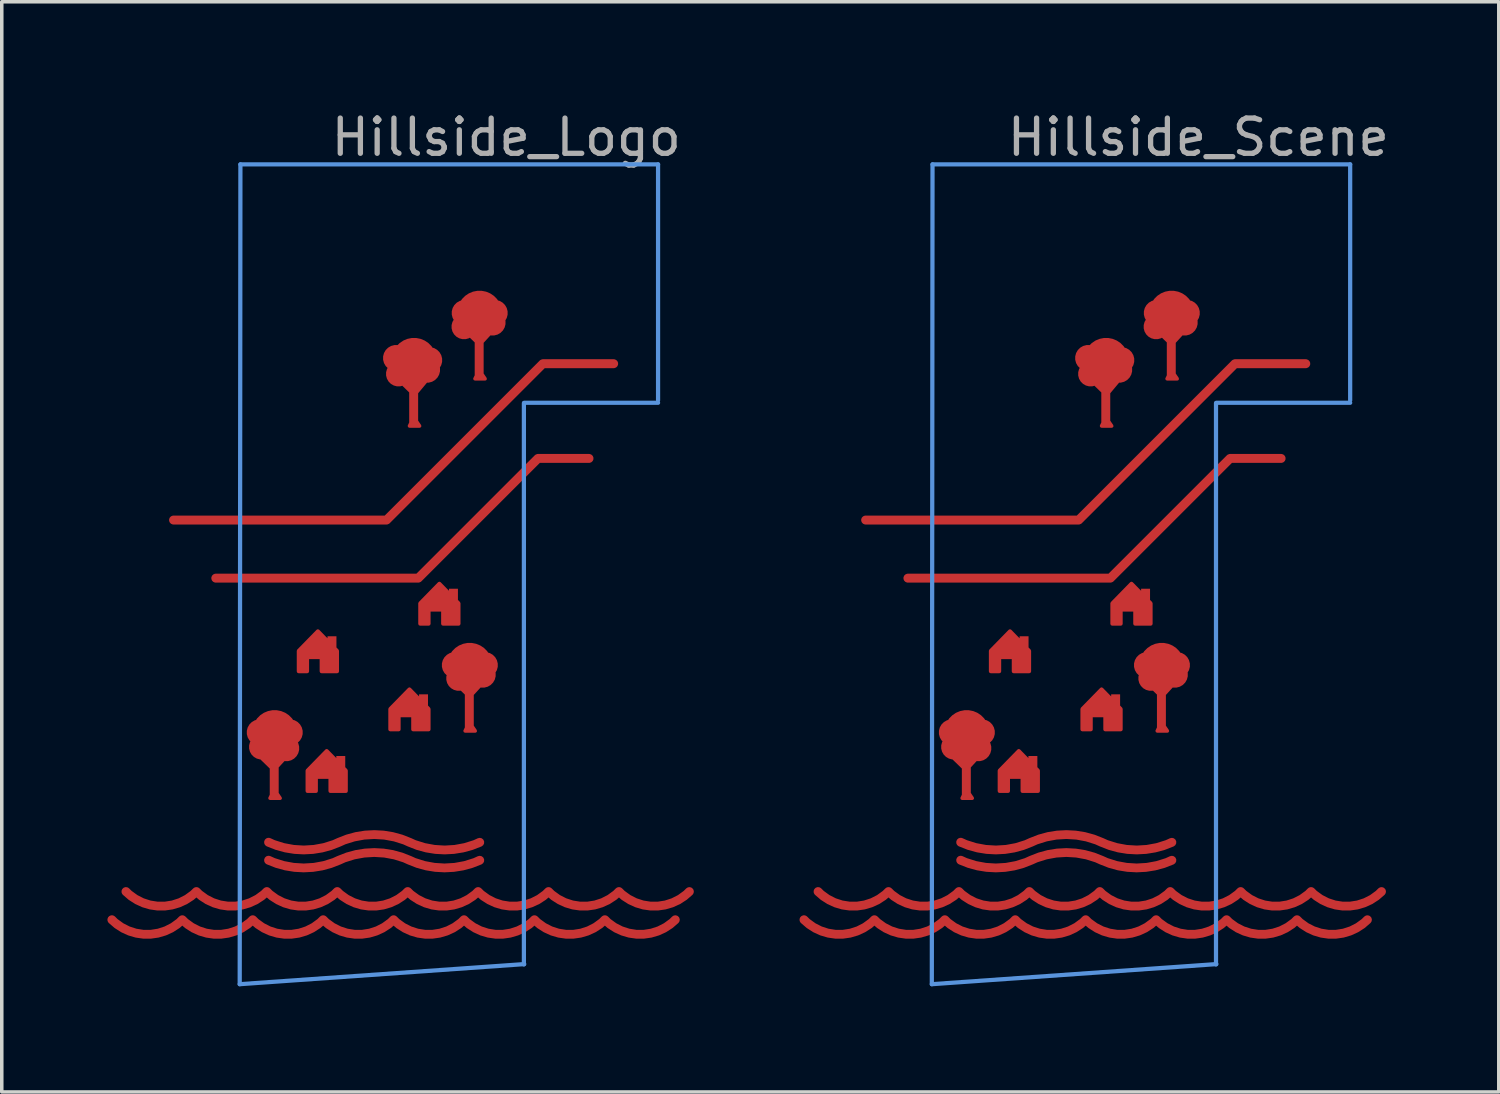
<source format=kicad_pcb>
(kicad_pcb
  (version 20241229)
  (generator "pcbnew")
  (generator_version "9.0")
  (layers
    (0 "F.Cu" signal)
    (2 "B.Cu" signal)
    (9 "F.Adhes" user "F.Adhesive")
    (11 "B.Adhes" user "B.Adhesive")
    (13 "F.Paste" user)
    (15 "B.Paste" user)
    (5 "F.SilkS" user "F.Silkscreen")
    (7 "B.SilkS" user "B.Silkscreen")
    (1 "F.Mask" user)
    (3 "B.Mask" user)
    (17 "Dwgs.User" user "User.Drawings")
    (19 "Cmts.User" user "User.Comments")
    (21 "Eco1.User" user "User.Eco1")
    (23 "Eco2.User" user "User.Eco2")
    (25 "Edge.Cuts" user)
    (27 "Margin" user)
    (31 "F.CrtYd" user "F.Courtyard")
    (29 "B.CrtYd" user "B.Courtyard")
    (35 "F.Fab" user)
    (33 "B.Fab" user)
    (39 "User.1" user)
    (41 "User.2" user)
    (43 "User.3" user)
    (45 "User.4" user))
  (footprint "Hillside_Scene"
    (layer "F.Cu")
    (at 27.731 14.968)
    (property "Reference" "Hillside_Scene" (at 3.25 -14.12 0) (layer "F.Fab") (effects (font (size 1 1) (thickness 0.15))))
    (attr through_hole)
    (fp_line (start -4.32 9.93) (end 3.76 9.36) (stroke (width 0.12) (type solid)) (layer "Cmts.User"))
    (fp_line (start -4.3 -13.35) (end -4.32 9.93) (stroke (width 0.12) (type solid)) (layer "Cmts.User"))
    (fp_line (start 3.75 9.37) (end 3.75 -6.57) (stroke (width 0.12) (type solid)) (layer "Cmts.User"))
    (fp_line (start 3.76 -6.58) (end 7.56 -6.58) (stroke (width 0.12) (type solid)) (layer "Cmts.User"))
    (fp_line (start 7.56 -13.35) (end -4.3 -13.35) (stroke (width 0.12) (type solid)) (layer "Cmts.User"))
    (fp_line (start 7.56 -6.65) (end 7.56 -13.35) (stroke (width 0.12) (type solid)) (layer "Cmts.User"))
    (pad "" smd custom (at -7.95 8.1) (size 0.254 0.254) (layers "F.Cu" "F.Mask" "F.Paste") (options (anchor circle)) (primitives (gr_arc (start 2 0) (mid 1.000001 0.414213) (end 0.000002 0) (width 0.254)) (gr_arc (start 9.999992 0) (mid 8.999993 0.414213) (end 7.999994 0) (width 0.254)) (gr_arc (start 5.999996 0) (mid 4.999997 0.414213) (end 3.999998 0) (width 0.254)) (gr_arc (start 3.999998 0) (mid 2.999999 0.414213) (end 2 0) (width 0.254)) (gr_arc (start 7.999994 0) (mid 6.999995 0.414213) (end 5.999996 0) (width 0.254)) (gr_arc (start 11.99999 0) (mid 10.999991 0.414213) (end 9.999992 0) (width 0.254)) (gr_arc (start 13.999988 0) (mid 12.999989 0.414213) (end 11.99999 0) (width 0.254)) (gr_arc (start 15.999986 0) (mid 14.999987 0.414213) (end 13.999988 0) (width 0.254))))
    (pad "" smd custom (at -7.55 7.3) (size 0.254 0.254) (layers "F.Cu" "F.Mask" "F.Paste") (options (anchor circle)) (primitives (gr_arc (start 2 0) (mid 1.000001 0.414213) (end 0.000002 0) (width 0.254)) (gr_arc (start 13.999988 0) (mid 12.999989 0.414213) (end 11.99999 0) (width 0.254)) (gr_arc (start 9.999992 0) (mid 8.999993 0.414213) (end 7.999994 0) (width 0.254)) (gr_arc (start 5.999996 0) (mid 4.999997 0.414213) (end 3.999998 0) (width 0.254)) (gr_arc (start 3.999998 0) (mid 2.999999 0.414213) (end 2 0) (width 0.254)) (gr_arc (start 7.999994 0) (mid 6.999995 0.414213) (end 5.999996 0) (width 0.254)) (gr_arc (start 11.99999 0) (mid 10.999991 0.414213) (end 9.999992 0) (width 0.254)) (gr_arc (start 15.999986 0) (mid 14.999987 0.414213) (end 13.999988 0) (width 0.254))))
    (pad "" smd custom (at -3.5 5.9) (size 0.254 0.254) (layers "F.Cu" "F.Mask" "F.Paste") (options (anchor circle)) (primitives (gr_arc (start 1.996623 0.001532) (mid 0.998146 0.216609) (end 0 0) (width 0.254)) (gr_arc (start 5.996623 0.001532) (mid 4.998146 0.216609) (end 4 0) (width 0.254)) (gr_arc (start 2.003377 -0.001532) (mid 3.001854 -0.216609) (end 4 0) (width 0.254))))
    (pad "" smd custom (at -3.5 6.41) (size 0.254 0.254) (layers "F.Cu" "F.Mask" "F.Paste") (options (anchor circle)) (primitives (gr_arc (start 1.996623 0.001532) (mid 0.998146 0.216609) (end 0 0) (width 0.254)) (gr_arc (start 5.996623 0.001532) (mid 4.998146 0.216609) (end 4 0) (width 0.254)) (gr_arc (start 2.003377 -0.001532) (mid 3.001854 -0.216609) (end 4 0) (width 0.254))))
    (pad "" smd custom (at -3.34 3.91) (size 0.254 1.5) (layers "F.Cu" "F.Mask" "F.Paste") (options (anchor rect)) (primitives (gr_circle (center -0.41 -1.13) (end -0.189 -1.13) (width 0.3) (fill no)) (gr_circle (center 0.44 -1.13) (end 0.661 -1.13) (width 0.3) (fill no)) (gr_circle (center 0.34 -0.681) (end 0.561 -0.681) (width 0.3) (fill no)) (gr_poly (pts (xy 0.17 0.74) (xy -0.12 0.74) (xy 0 0.49)) (width 0.1) (fill yes)) (gr_poly (pts (xy 0.33 -0.43) (xy -0.01 -0.06) (xy -0.39 -0.43)) (width 0.1) (fill yes)) (gr_circle (center -0.36 -0.716) (end -0.154 -0.716) (width 0.3) (fill no)) (gr_circle (center 0.01 -1.122) (end 0.301 -1.122) (width 0.7) (fill no))))
    (pad "" smd custom (at -2.75 -3.25) (size 1.524 0.254) (layers "F.Cu" "F.Mask" "F.Paste") (options (anchor rect)) (primitives (gr_line (start 7.04 -4.44) (end 9.05 -4.44) (width 0.254)) (gr_line (start 2.6 0) (end 7.04 -4.44) (width 0.254)) (gr_line (start -3.45 0) (end -0.5 0) (width 0.254)) (gr_line (start 0.3 0) (end 2.6 0) (width 0.254))))
    (pad "" smd custom (at -2.2 -1.6) (size 1.524 0.254) (layers "F.Cu" "F.Mask" "F.Paste") (options (anchor rect)) (primitives (gr_line (start -2.8 0) (end -0.5 0) (width 0.254)) (gr_line (start 2.95 0) (end 6.35 -3.4) (width 0.254)) (gr_line (start 0.65 0) (end 2.95 0) (width 0.254)) (gr_line (start 6.35 -3.4) (end 7.8 -3.4) (width 0.254))))
    (pad "" smd custom (at -1.7 0.3) (size 0.254 0.5) (layers "F.Cu" "F.Mask" "F.Paste") (options (anchor rect)) (primitives (gr_poly (pts (xy 0.15 0.163) (xy 0.15 0.75) (xy -0.3 0.75) (xy -0.3 0.35) (xy -0.7 0.35) (xy -0.7 0.75) (xy -0.95 0.75) (xy -0.95 0.163) (xy -0.4 -0.4)) (width 0.1) (fill yes))))
    (pad "" smd custom (at -1.45 3.7) (size 0.254 0.5) (layers "F.Cu" "F.Mask" "F.Paste") (options (anchor rect)) (primitives (gr_poly (pts (xy 0.15 0.163) (xy 0.15 0.75) (xy -0.3 0.75) (xy -0.3 0.35) (xy -0.7 0.35) (xy -0.7 0.75) (xy -0.95 0.75) (xy -0.95 0.163) (xy -0.4 -0.4)) (width 0.1) (fill yes))))
    (pad "" smd custom (at 0.62 -6.66) (size 0.254 1.5) (layers "F.Cu" "F.Mask" "F.Paste") (options (anchor rect)) (primitives (gr_circle (center -0.499 -1.19) (end -0.277 -1.19) (width 0.3) (fill no)) (gr_circle (center 0.44 -1.13) (end 0.661 -1.13) (width 0.3) (fill no)) (gr_circle (center 0.38 -0.86) (end 0.601 -0.86) (width 0.3) (fill no)) (gr_poly (pts (xy 0.17 0.74) (xy -0.12 0.74) (xy 0 0.49)) (width 0.1) (fill yes)) (gr_poly (pts (xy 0.35 -0.535) (xy 0.02 -0.14) (xy -0.36 -0.51)) (width 0.1) (fill yes)) (gr_circle (center -0.43 -0.74) (end -0.224 -0.74) (width 0.3) (fill no)) (gr_circle (center 0.01 -1.122) (end 0.301 -1.122) (width 0.7) (fill no))))
    (pad "" smd custom (at 0.9 1.95) (size 0.254 0.5) (layers "F.Cu" "F.Mask" "F.Paste") (options (anchor rect)) (primitives (gr_poly (pts (xy 0.15 0.163) (xy 0.15 0.75) (xy -0.3 0.75) (xy -0.3 0.35) (xy -0.7 0.35) (xy -0.7 0.75) (xy -0.95 0.75) (xy -0.95 0.163) (xy -0.4 -0.4)) (width 0.1) (fill yes))))
    (pad "" smd custom (at 1.75 -1.05) (size 0.254 0.5) (layers "F.Cu" "F.Mask" "F.Paste") (options (anchor rect)) (primitives (gr_poly (pts (xy 0.15 0.163) (xy 0.15 0.75) (xy -0.3 0.75) (xy -0.3 0.35) (xy -0.7 0.35) (xy -0.7 0.75) (xy -0.95 0.75) (xy -0.95 0.163) (xy -0.4 -0.4)) (width 0.1) (fill yes))))
    (pad "" smd custom (at 2.2 2) (size 0.254 1.5) (layers "F.Cu" "F.Mask" "F.Paste") (options (anchor rect)) (primitives (gr_circle (center -0.41 -1.13) (end -0.189 -1.13) (width 0.3) (fill no)) (gr_circle (center 0.44 -1.13) (end 0.661 -1.13) (width 0.3) (fill no)) (gr_circle (center 0.38 -0.86) (end 0.601 -0.86) (width 0.3) (fill no)) (gr_poly (pts (xy 0.17 0.74) (xy -0.12 0.74) (xy 0 0.49)) (width 0.1) (fill yes)) (gr_poly (pts (xy 0.35 -0.6) (xy 0.01 -0.23) (xy -0.37 -0.6)) (width 0.1) (fill yes)) (gr_circle (center -0.3 -0.756) (end -0.094 -0.756) (width 0.3) (fill no)) (gr_circle (center 0.01 -1.122) (end 0.301 -1.122) (width 0.7) (fill no))))
    (pad "" smd custom (at 2.48 -8) (size 0.254 1.5) (layers "F.Cu" "F.Mask" "F.Paste") (options (anchor rect)) (primitives (gr_circle (center -0.41 -1.13) (end -0.189 -1.13) (width 0.3) (fill no)) (gr_circle (center 0.44 -1.13) (end 0.661 -1.13) (width 0.3) (fill no)) (gr_circle (center 0.38 -0.86) (end 0.601 -0.86) (width 0.3) (fill no)) (gr_poly (pts (xy 0.17 0.74) (xy -0.12 0.74) (xy 0 0.49)) (width 0.1) (fill yes)) (gr_poly (pts (xy 0.35 -0.6) (xy 0.01 -0.23) (xy -0.37 -0.6)) (width 0.1) (fill yes)) (gr_circle (center -0.43 -0.74) (end -0.224 -0.74) (width 0.3) (fill no)) (gr_circle (center 0.01 -1.122) (end 0.301 -1.122) (width 0.7) (fill no)))))
  (footprint "Hillside_Logo"
    (layer "F.Cu")
    (at 8.077 14.968)
    (property "Reference" "Hillside_Logo" (at 3.25 -14.12 0) (layer "F.Fab") (effects (font (size 1 1) (thickness 0.15))))
    (attr through_hole)
    (fp_line (start -4.32 9.93) (end 3.76 9.36) (stroke (width 0.12) (type solid)) (layer "Cmts.User"))
    (fp_line (start -4.3 -13.35) (end -4.32 9.93) (stroke (width 0.12) (type solid)) (layer "Cmts.User"))
    (fp_line (start 3.75 9.37) (end 3.75 -6.57) (stroke (width 0.12) (type solid)) (layer "Cmts.User"))
    (fp_line (start 3.76 -6.58) (end 7.56 -6.58) (stroke (width 0.12) (type solid)) (layer "Cmts.User"))
    (fp_line (start 7.56 -13.35) (end -4.3 -13.35) (stroke (width 0.12) (type solid)) (layer "Cmts.User"))
    (fp_line (start 7.56 -6.65) (end 7.56 -13.35) (stroke (width 0.12) (type solid)) (layer "Cmts.User"))
    (pad "" smd custom (at -7.95 8.1) (size 0.254 0.254) (layers "F.Cu" "F.Mask" "F.Paste") (options (anchor circle)) (primitives (gr_arc (start 2 0) (mid 1.000001 0.414213) (end 0.000002 0) (width 0.254)) (gr_arc (start 9.999992 0) (mid 8.999993 0.414213) (end 7.999994 0) (width 0.254)) (gr_arc (start 5.999996 0) (mid 4.999997 0.414213) (end 3.999998 0) (width 0.254)) (gr_arc (start 3.999998 0) (mid 2.999999 0.414213) (end 2 0) (width 0.254)) (gr_arc (start 7.999994 0) (mid 6.999995 0.414213) (end 5.999996 0) (width 0.254)) (gr_arc (start 11.99999 0) (mid 10.999991 0.414213) (end 9.999992 0) (width 0.254)) (gr_arc (start 13.999988 0) (mid 12.999989 0.414213) (end 11.99999 0) (width 0.254)) (gr_arc (start 15.999986 0) (mid 14.999987 0.414213) (end 13.999988 0) (width 0.254))))
    (pad "" smd custom (at -7.55 7.3) (size 0.254 0.254) (layers "F.Cu" "F.Mask" "F.Paste") (options (anchor circle)) (primitives (gr_arc (start 2 0) (mid 1.000001 0.414213) (end 0.000002 0) (width 0.254)) (gr_arc (start 13.999988 0) (mid 12.999989 0.414213) (end 11.99999 0) (width 0.254)) (gr_arc (start 9.999992 0) (mid 8.999993 0.414213) (end 7.999994 0) (width 0.254)) (gr_arc (start 5.999996 0) (mid 4.999997 0.414213) (end 3.999998 0) (width 0.254)) (gr_arc (start 3.999998 0) (mid 2.999999 0.414213) (end 2 0) (width 0.254)) (gr_arc (start 7.999994 0) (mid 6.999995 0.414213) (end 5.999996 0) (width 0.254)) (gr_arc (start 11.99999 0) (mid 10.999991 0.414213) (end 9.999992 0) (width 0.254)) (gr_arc (start 15.999986 0) (mid 14.999987 0.414213) (end 13.999988 0) (width 0.254))))
    (pad "" smd custom (at -3.5 5.9) (size 0.254 0.254) (layers "F.Cu" "F.Mask" "F.Paste") (options (anchor circle)) (primitives (gr_arc (start 1.996623 0.001532) (mid 0.998146 0.216609) (end 0 0) (width 0.254)) (gr_arc (start 5.996623 0.001532) (mid 4.998146 0.216609) (end 4 0) (width 0.254)) (gr_arc (start 2.003377 -0.001532) (mid 3.001854 -0.216609) (end 4 0) (width 0.254))))
    (pad "" smd custom (at -3.5 6.41) (size 0.254 0.254) (layers "F.Cu" "F.Mask" "F.Paste") (options (anchor circle)) (primitives (gr_arc (start 1.996623 0.001532) (mid 0.998146 0.216609) (end 0 0) (width 0.254)) (gr_arc (start 5.996623 0.001532) (mid 4.998146 0.216609) (end 4 0) (width 0.254)) (gr_arc (start 2.003377 -0.001532) (mid 3.001854 -0.216609) (end 4 0) (width 0.254))))
    (pad "" smd custom (at -3.34 3.91) (size 0.254 1.5) (layers "F.Cu" "F.Mask" "F.Paste") (options (anchor rect)) (primitives (gr_circle (center -0.41 -1.13) (end -0.189 -1.13) (width 0.3) (fill no)) (gr_circle (center 0.44 -1.13) (end 0.661 -1.13) (width 0.3) (fill no)) (gr_circle (center 0.34 -0.681) (end 0.561 -0.681) (width 0.3) (fill no)) (gr_poly (pts (xy 0.17 0.74) (xy -0.12 0.74) (xy 0 0.49)) (width 0.1) (fill yes)) (gr_poly (pts (xy 0.33 -0.43) (xy -0.01 -0.06) (xy -0.39 -0.43)) (width 0.1) (fill yes)) (gr_circle (center -0.36 -0.716) (end -0.154 -0.716) (width 0.3) (fill no)) (gr_circle (center 0.01 -1.122) (end 0.301 -1.122) (width 0.7) (fill no))))
    (pad "" smd custom (at -2.75 -3.25) (size 1.524 0.254) (layers "F.Cu" "F.Mask" "F.Paste") (options (anchor rect)) (primitives (gr_line (start 7.04 -4.44) (end 9.05 -4.44) (width 0.254)) (gr_line (start 2.6 0) (end 7.04 -4.44) (width 0.254)) (gr_line (start -3.45 0) (end -0.5 0) (width 0.254)) (gr_line (start 0.3 0) (end 2.6 0) (width 0.254))))
    (pad "" smd custom (at -2.2 -1.6) (size 1.524 0.254) (layers "F.Cu" "F.Mask" "F.Paste") (options (anchor rect)) (primitives (gr_line (start -2.8 0) (end -0.5 0) (width 0.254)) (gr_line (start 2.95 0) (end 6.35 -3.4) (width 0.254)) (gr_line (start 0.65 0) (end 2.95 0) (width 0.254)) (gr_line (start 6.35 -3.4) (end 7.8 -3.4) (width 0.254))))
    (pad "" smd custom (at -1.7 0.3) (size 0.254 0.5) (layers "F.Cu" "F.Mask" "F.Paste") (options (anchor rect)) (primitives (gr_poly (pts (xy 0.15 0.163) (xy 0.15 0.75) (xy -0.3 0.75) (xy -0.3 0.35) (xy -0.7 0.35) (xy -0.7 0.75) (xy -0.95 0.75) (xy -0.95 0.163) (xy -0.4 -0.4)) (width 0.1) (fill yes))))
    (pad "" smd custom (at -1.45 3.7) (size 0.254 0.5) (layers "F.Cu" "F.Mask" "F.Paste") (options (anchor rect)) (primitives (gr_poly (pts (xy 0.15 0.163) (xy 0.15 0.75) (xy -0.3 0.75) (xy -0.3 0.35) (xy -0.7 0.35) (xy -0.7 0.75) (xy -0.95 0.75) (xy -0.95 0.163) (xy -0.4 -0.4)) (width 0.1) (fill yes))))
    (pad "" smd custom (at 0.62 -6.66) (size 0.254 1.5) (layers "F.Cu" "F.Mask" "F.Paste") (options (anchor rect)) (primitives (gr_circle (center -0.499 -1.19) (end -0.277 -1.19) (width 0.3) (fill no)) (gr_circle (center 0.44 -1.13) (end 0.661 -1.13) (width 0.3) (fill no)) (gr_circle (center 0.38 -0.86) (end 0.601 -0.86) (width 0.3) (fill no)) (gr_poly (pts (xy 0.17 0.74) (xy -0.12 0.74) (xy 0 0.49)) (width 0.1) (fill yes)) (gr_poly (pts (xy 0.35 -0.535) (xy 0.02 -0.14) (xy -0.36 -0.51)) (width 0.1) (fill yes)) (gr_circle (center -0.43 -0.74) (end -0.224 -0.74) (width 0.3) (fill no)) (gr_circle (center 0.01 -1.122) (end 0.301 -1.122) (width 0.7) (fill no))))
    (pad "" smd custom (at 0.9 1.95) (size 0.254 0.5) (layers "F.Cu" "F.Mask" "F.Paste") (options (anchor rect)) (primitives (gr_poly (pts (xy 0.15 0.163) (xy 0.15 0.75) (xy -0.3 0.75) (xy -0.3 0.35) (xy -0.7 0.35) (xy -0.7 0.75) (xy -0.95 0.75) (xy -0.95 0.163) (xy -0.4 -0.4)) (width 0.1) (fill yes))))
    (pad "" smd custom (at 1.75 -1.05) (size 0.254 0.5) (layers "F.Cu" "F.Mask" "F.Paste") (options (anchor rect)) (primitives (gr_poly (pts (xy 0.15 0.163) (xy 0.15 0.75) (xy -0.3 0.75) (xy -0.3 0.35) (xy -0.7 0.35) (xy -0.7 0.75) (xy -0.95 0.75) (xy -0.95 0.163) (xy -0.4 -0.4)) (width 0.1) (fill yes))))
    (pad "" smd custom (at 2.2 2) (size 0.254 1.5) (layers "F.Cu" "F.Mask" "F.Paste") (options (anchor rect)) (primitives (gr_circle (center -0.41 -1.13) (end -0.189 -1.13) (width 0.3) (fill no)) (gr_circle (center 0.44 -1.13) (end 0.661 -1.13) (width 0.3) (fill no)) (gr_circle (center 0.38 -0.86) (end 0.601 -0.86) (width 0.3) (fill no)) (gr_poly (pts (xy 0.17 0.74) (xy -0.12 0.74) (xy 0 0.49)) (width 0.1) (fill yes)) (gr_poly (pts (xy 0.35 -0.6) (xy 0.01 -0.23) (xy -0.37 -0.6)) (width 0.1) (fill yes)) (gr_circle (center -0.3 -0.756) (end -0.094 -0.756) (width 0.3) (fill no)) (gr_circle (center 0.01 -1.122) (end 0.301 -1.122) (width 0.7) (fill no))))
    (pad "" smd custom (at 2.48 -8) (size 0.254 1.5) (layers "F.Cu" "F.Mask" "F.Paste") (options (anchor rect)) (primitives (gr_circle (center -0.41 -1.13) (end -0.189 -1.13) (width 0.3) (fill no)) (gr_circle (center 0.44 -1.13) (end 0.661 -1.13) (width 0.3) (fill no)) (gr_circle (center 0.38 -0.86) (end 0.601 -0.86) (width 0.3) (fill no)) (gr_poly (pts (xy 0.17 0.74) (xy -0.12 0.74) (xy 0 0.49)) (width 0.1) (fill yes)) (gr_poly (pts (xy 0.35 -0.6) (xy 0.01 -0.23) (xy -0.37 -0.6)) (width 0.1) (fill yes)) (gr_circle (center -0.43 -0.74) (end -0.224 -0.74) (width 0.3) (fill no)) (gr_circle (center 0.01 -1.122) (end 0.301 -1.122) (width 0.7) (fill no)))))
  (gr_rect
    (start -3 -3)
    (end 39.511 27.958)
    (stroke (width 0.1) (type default))
    (fill no)
    (layer "Edge.Cuts")))
</source>
